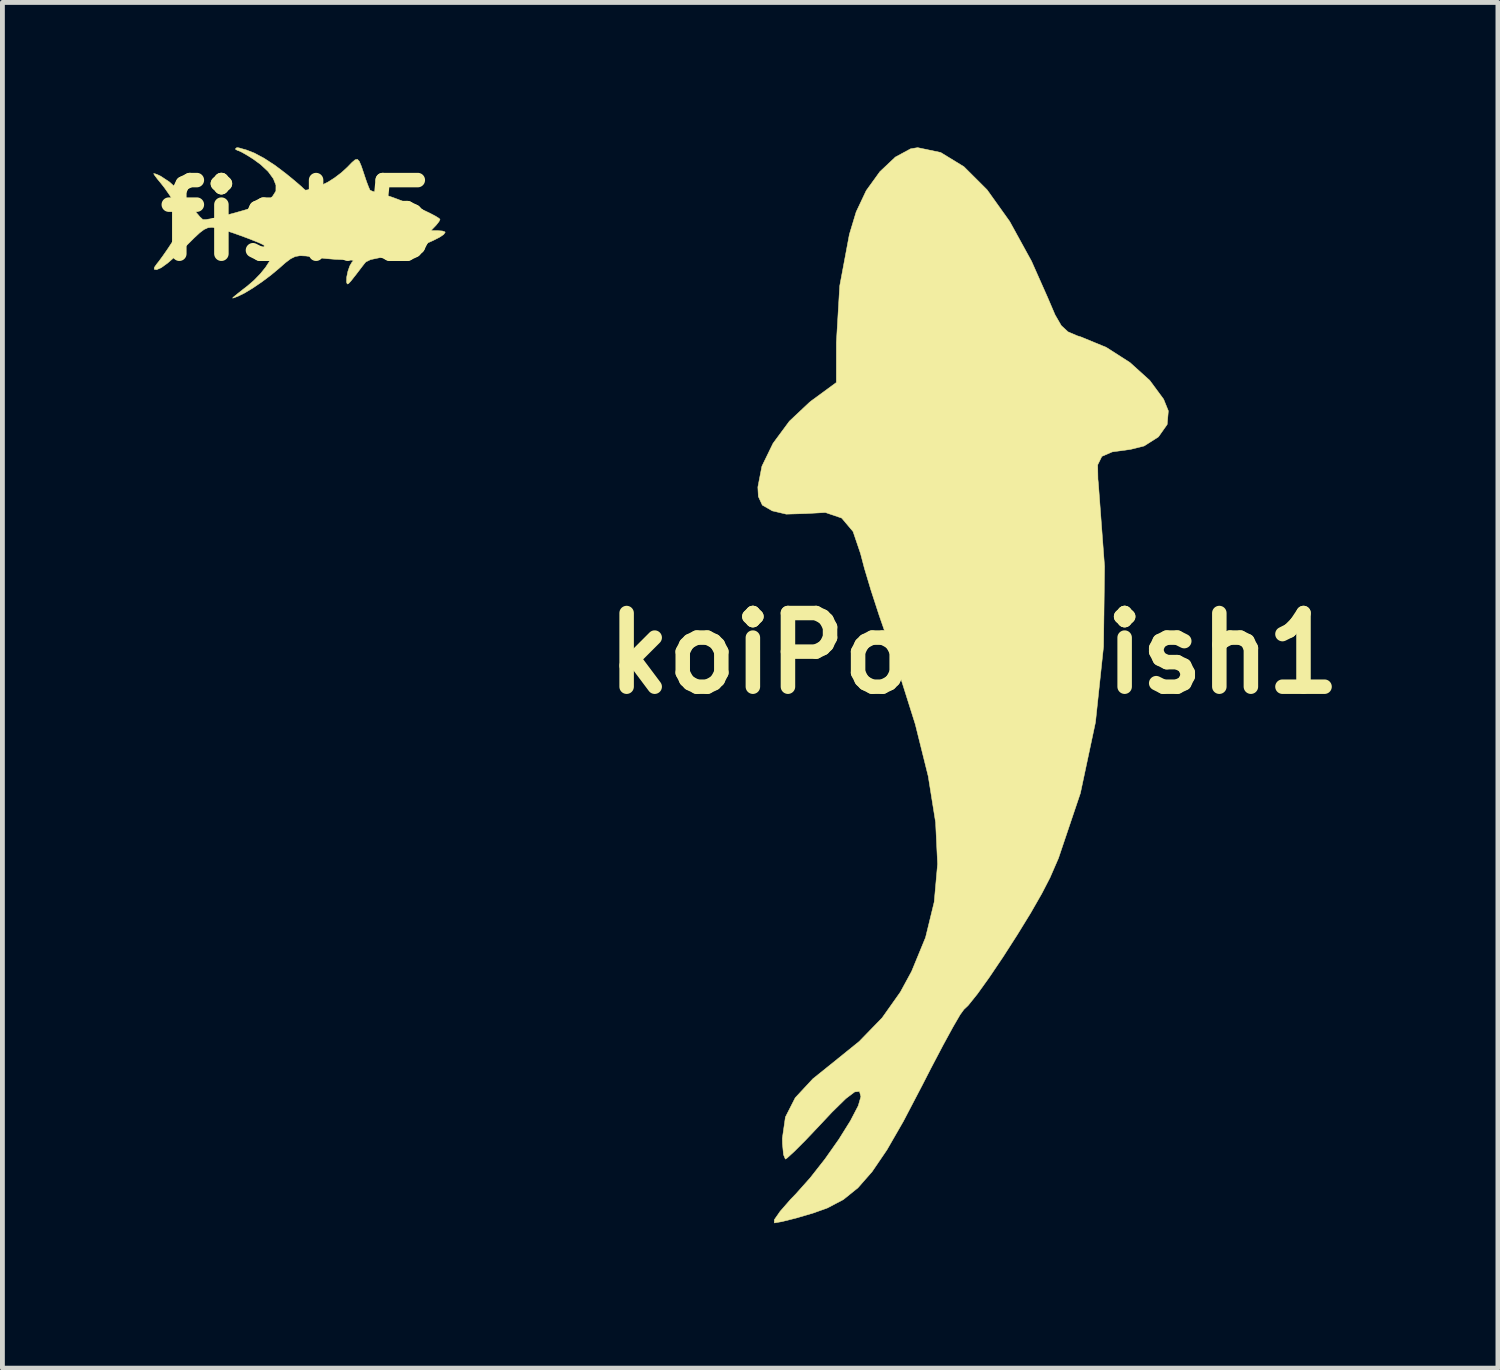
<source format=kicad_pcb>
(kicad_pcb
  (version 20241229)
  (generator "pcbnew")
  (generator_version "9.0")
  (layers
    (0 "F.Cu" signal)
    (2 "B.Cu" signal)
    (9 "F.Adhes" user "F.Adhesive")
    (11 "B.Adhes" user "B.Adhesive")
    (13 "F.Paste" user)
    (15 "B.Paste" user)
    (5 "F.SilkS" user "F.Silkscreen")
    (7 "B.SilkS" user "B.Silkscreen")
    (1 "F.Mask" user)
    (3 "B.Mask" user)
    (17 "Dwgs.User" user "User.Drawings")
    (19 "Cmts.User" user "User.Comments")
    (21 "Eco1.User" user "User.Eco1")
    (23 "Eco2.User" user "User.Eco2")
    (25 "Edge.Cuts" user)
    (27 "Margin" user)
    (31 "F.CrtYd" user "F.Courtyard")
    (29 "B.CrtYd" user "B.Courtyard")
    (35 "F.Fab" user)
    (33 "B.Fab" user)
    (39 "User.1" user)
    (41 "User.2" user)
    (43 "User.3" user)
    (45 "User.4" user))
  (footprint "koiPondFish1"
    (layer "F.Cu")
    (at 17.101 10.47)
    (property "Reference" "koiPondFish1" (at 0 0 0) (layer "F.SilkS") (effects (font (size 1.524 1.524) (thickness 0.3))))
    (attr through_hole)
    (fp_poly (pts (xy -0.686 -10.365) (xy -0.205 -10.071) (xy 0.274 -9.593) (xy 0.742 -8.938) (xy 1.193 -8.117) (xy 1.524 -7.372) (xy 1.681 -7.005) (xy 1.81 -6.782) (xy 1.95 -6.653) (xy 2.142 -6.571) (xy 2.219 -6.547) (xy 2.741 -6.332) (xy 3.23 -6.019) (xy 3.64 -5.649) (xy 3.927 -5.26) (xy 4.025 -5.018) (xy 4.001 -4.737) (xy 3.82 -4.48) (xy 3.525 -4.292) (xy 3.242 -4.221) (xy 2.863 -4.169) (xy 2.649 -4.076) (xy 2.563 -3.901) (xy 2.568 -3.603) (xy 2.577 -3.515) (xy 2.705 -1.798) (xy 2.684 -0.144) (xy 2.517 1.426) (xy 2.205 2.893) (xy 1.752 4.237) (xy 1.576 4.642) (xy 1.408 4.967) (xy 1.175 5.374) (xy 0.899 5.823) (xy 0.607 6.278) (xy 0.324 6.698) (xy 0.074 7.047) (xy -0.117 7.285) (xy -0.204 7.367) (xy -0.282 7.474) (xy -0.432 7.732) (xy -0.637 8.108) (xy -0.881 8.572) (xy -1.065 8.931) (xy -1.459 9.685) (xy -1.799 10.275) (xy -2.105 10.725) (xy -2.398 11.059) (xy -2.698 11.301) (xy -3.027 11.475) (xy -3.32 11.58) (xy -3.677 11.685) (xy -3.969 11.758) (xy -4.128 11.786) (xy -4.129 11.72) (xy -4.008 11.546) (xy -3.79 11.296) (xy -3.685 11.188) (xy -3.387 10.854) (xy -3.079 10.462) (xy -2.792 10.054) (xy -2.554 9.673) (xy -2.392 9.362) (xy -2.337 9.172) (xy -2.366 9.064) (xy -2.465 9.074) (xy -2.65 9.214) (xy -2.936 9.495) (xy -3.179 9.754) (xy -3.469 10.06) (xy -3.708 10.3) (xy -3.862 10.441) (xy -3.9 10.465) (xy -3.938 10.374) (xy -3.96 10.147) (xy -3.962 10.033) (xy -3.899 9.595) (xy -3.696 9.196) (xy -3.331 8.803) (xy -2.992 8.531) (xy -2.373 8.031) (xy -1.898 7.542) (xy -1.52 7.008) (xy -1.287 6.579) (xy -0.999 5.879) (xy -0.82 5.145) (xy -0.75 4.359) (xy -0.791 3.497) (xy -0.944 2.541) (xy -1.211 1.468) (xy -1.593 0.258) (xy -1.774 -0.254) (xy -1.958 -0.783) (xy -2.128 -1.306) (xy -2.264 -1.759) (xy -2.344 -2.064) (xy -2.499 -2.521) (xy -2.734 -2.8) (xy -3.072 -2.915) (xy -3.469 -2.893) (xy -3.881 -2.881) (xy -4.171 -2.949) (xy -4.377 -3.068) (xy -4.459 -3.246) (xy -4.469 -3.441) (xy -4.385 -3.873) (xy -4.155 -4.346) (xy -3.816 -4.805) (xy -3.399 -5.197) (xy -3.358 -5.229) (xy -2.845 -5.605) (xy -2.844 -6.435) (xy -2.775 -7.604) (xy -2.575 -8.671) (xy -2.435 -9.135) (xy -2.227 -9.576) (xy -1.944 -9.968) (xy -1.624 -10.27) (xy -1.308 -10.441) (xy -1.162 -10.465) (xy -0.686 -10.365)) (stroke (width 0.01) (type solid)) (fill yes) (layer "F.SilkS")))
  (footprint "fish5"
    (layer "F.Cu")
    (at 3.128 1.511)
    (property "Reference" "fish5" (at 0 0 0) (layer "F.SilkS") (effects (font (size 1.524 1.524) (thickness 0.3))))
    (attr through_hole)
    (fp_poly (pts (xy -1.235 -1.502) (xy -1.141 -1.475) (xy -1.085 -1.46) (xy -0.915 -1.394) (xy -0.712 -1.285) (xy -0.49 -1.141) (xy -0.269 -0.974) (xy -0.137 -0.867) (xy -0.023 -0.771) (xy 0.061 -0.698) (xy 0.1 -0.66) (xy 0.141 -0.626) (xy 0.192 -0.633) (xy 0.24 -0.655) (xy 0.323 -0.691) (xy 0.381 -0.705) (xy 0.476 -0.729) (xy 0.604 -0.791) (xy 0.747 -0.882) (xy 0.889 -0.99) (xy 1.011 -1.102) (xy 1.105 -1.199) (xy 1.17 -1.255) (xy 1.218 -1.264) (xy 1.257 -1.222) (xy 1.299 -1.123) (xy 1.353 -0.963) (xy 1.362 -0.935) (xy 1.407 -0.802) (xy 1.447 -0.697) (xy 1.474 -0.635) (xy 1.479 -0.627) (xy 1.522 -0.606) (xy 1.615 -0.575) (xy 1.742 -0.54) (xy 1.782 -0.529) (xy 1.903 -0.492) (xy 2.054 -0.437) (xy 2.224 -0.37) (xy 2.399 -0.296) (xy 2.568 -0.221) (xy 2.717 -0.15) (xy 2.835 -0.088) (xy 2.908 -0.042) (xy 2.927 -0.02) (xy 2.905 0.025) (xy 2.85 0.095) (xy 2.833 0.113) (xy 2.738 0.212) (xy 2.886 0.212) (xy 2.977 0.219) (xy 3.029 0.237) (xy 3.034 0.246) (xy 3.002 0.292) (xy 2.913 0.351) (xy 2.778 0.419) (xy 2.609 0.492) (xy 2.418 0.566) (xy 2.215 0.635) (xy 2.011 0.697) (xy 1.82 0.745) (xy 1.651 0.777) (xy 1.65 0.777) (xy 1.49 0.811) (xy 1.394 0.858) (xy 1.376 0.877) (xy 1.328 0.938) (xy 1.254 1.035) (xy 1.168 1.147) (xy 1.164 1.151) (xy 1.083 1.255) (xy 1.034 1.307) (xy 1.008 1.316) (xy 0.996 1.287) (xy 0.993 1.274) (xy 0.996 1.173) (xy 1.021 1.053) (xy 1.06 0.941) (xy 1.106 0.863) (xy 1.125 0.847) (xy 1.131 0.829) (xy 1.073 0.817) (xy 0.948 0.812) (xy 0.917 0.812) (xy 0.755 0.805) (xy 0.559 0.789) (xy 0.366 0.766) (xy 0.321 0.76) (xy 0.154 0.736) (xy 0.03 0.73) (xy -0.069 0.747) (xy -0.163 0.793) (xy -0.271 0.874) (xy -0.408 0.995) (xy -0.575 1.134) (xy -0.761 1.273) (xy -0.949 1.401) (xy -1.12 1.504) (xy -1.257 1.571) (xy -1.258 1.571) (xy -1.341 1.603) (xy -1.366 1.607) (xy -1.343 1.583) (xy -1.318 1.562) (xy -1.25 1.507) (xy -1.15 1.428) (xy -1.059 1.358) (xy -0.922 1.24) (xy -0.791 1.105) (xy -0.681 0.969) (xy -0.603 0.848) (xy -0.576 0.782) (xy -0.574 0.707) (xy -0.62 0.642) (xy -0.651 0.616) (xy -0.706 0.561) (xy -0.713 0.527) (xy -0.708 0.524) (xy -0.723 0.508) (xy -0.791 0.474) (xy -0.901 0.428) (xy -1.038 0.374) (xy -1.189 0.318) (xy -1.343 0.263) (xy -1.485 0.216) (xy -1.587 0.186) (xy -1.702 0.156) (xy -1.794 0.143) (xy -1.874 0.151) (xy -1.954 0.187) (xy -2.046 0.256) (xy -2.161 0.363) (xy -2.313 0.514) (xy -2.339 0.541) (xy -2.542 0.738) (xy -2.711 0.884) (xy -2.843 0.979) (xy -2.938 1.02) (xy -2.988 1.01) (xy -2.983 0.971) (xy -2.94 0.91) (xy -2.939 0.908) (xy -2.888 0.844) (xy -2.811 0.739) (xy -2.722 0.611) (xy -2.679 0.547) (xy -2.587 0.406) (xy -2.53 0.3) (xy -2.497 0.209) (xy -2.481 0.111) (xy -2.477 0.053) (xy -2.474 -0.075) (xy -2.49 -0.176) (xy -2.532 -0.283) (xy -2.577 -0.37) (xy -2.665 -0.519) (xy -2.774 -0.675) (xy -2.844 -0.764) (xy -2.922 -0.859) (xy -2.977 -0.932) (xy -2.999 -0.968) (xy -2.971 -0.966) (xy -2.9 -0.938) (xy -2.852 -0.915) (xy -2.671 -0.795) (xy -2.481 -0.623) (xy -2.297 -0.411) (xy -2.2 -0.279) (xy -2.117 -0.164) (xy -2.041 -0.074) (xy -1.986 -0.023) (xy -1.976 -0.018) (xy -1.918 -0.018) (xy -1.812 -0.035) (xy -1.811 -0.035) (xy 2.469 -0.035) (xy 2.496 -0.001) (xy 2.505 0) (xy 2.539 -0.027) (xy 2.54 -0.035) (xy 2.513 -0.07) (xy 2.505 -0.071) (xy 2.47 -0.044) (xy 2.469 -0.035) (xy -1.811 -0.035) (xy -1.669 -0.066) (xy -1.5 -0.107) (xy -1.317 -0.156) (xy -1.131 -0.209) (xy -0.954 -0.262) (xy -0.797 -0.313) (xy -0.67 -0.358) (xy -0.587 -0.394) (xy -0.558 -0.417) (xy -0.561 -0.421) (xy -0.574 -0.458) (xy -0.53 -0.511) (xy -0.469 -0.608) (xy -0.468 -0.729) (xy -0.522 -0.865) (xy -0.629 -1.011) (xy -0.784 -1.157) (xy -0.939 -1.27) (xy -1.063 -1.348) (xy -1.169 -1.409) (xy -1.24 -1.442) (xy -1.257 -1.446) (xy -1.301 -1.468) (xy -1.305 -1.484) (xy -1.278 -1.506) (xy -1.235 -1.502)) (stroke (width 0.01) (type solid)) (fill yes) (layer "F.SilkS")))
  (gr_rect
    (start -3 -3)
    (end 27.946 25.26)
    (stroke (width 0.1) (type default))
    (fill no)
    (layer "Edge.Cuts")))
</source>
